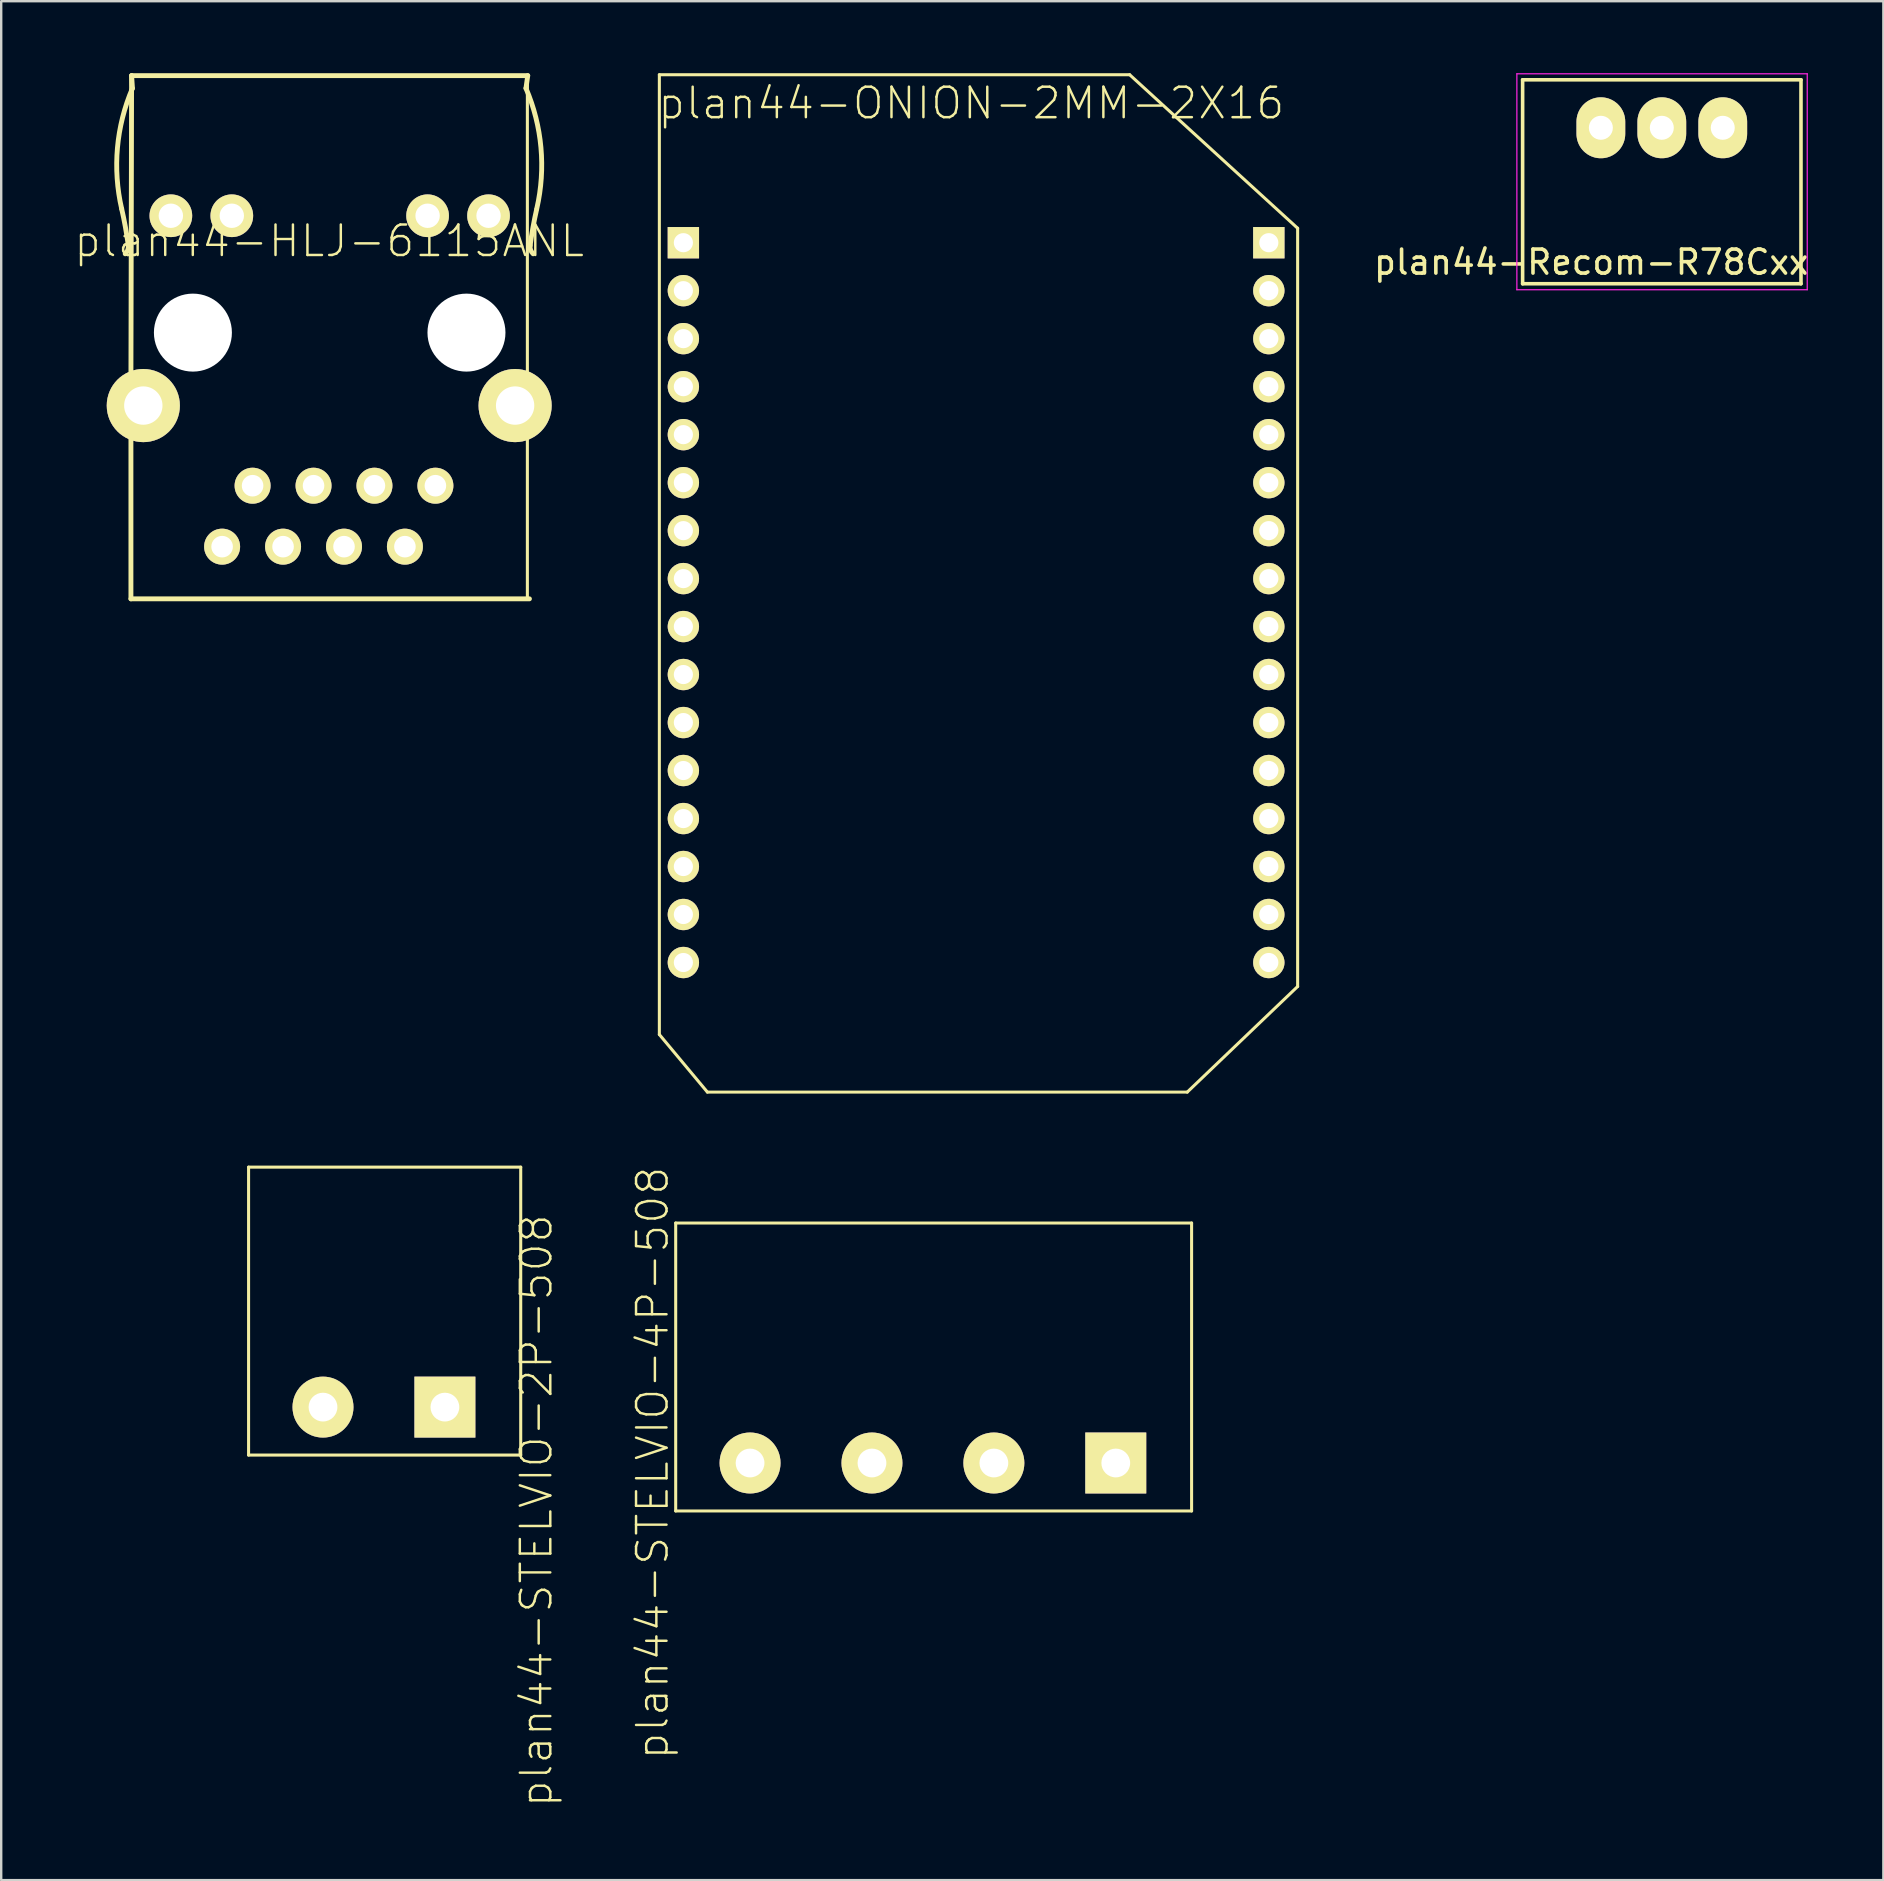
<source format=kicad_pcb>
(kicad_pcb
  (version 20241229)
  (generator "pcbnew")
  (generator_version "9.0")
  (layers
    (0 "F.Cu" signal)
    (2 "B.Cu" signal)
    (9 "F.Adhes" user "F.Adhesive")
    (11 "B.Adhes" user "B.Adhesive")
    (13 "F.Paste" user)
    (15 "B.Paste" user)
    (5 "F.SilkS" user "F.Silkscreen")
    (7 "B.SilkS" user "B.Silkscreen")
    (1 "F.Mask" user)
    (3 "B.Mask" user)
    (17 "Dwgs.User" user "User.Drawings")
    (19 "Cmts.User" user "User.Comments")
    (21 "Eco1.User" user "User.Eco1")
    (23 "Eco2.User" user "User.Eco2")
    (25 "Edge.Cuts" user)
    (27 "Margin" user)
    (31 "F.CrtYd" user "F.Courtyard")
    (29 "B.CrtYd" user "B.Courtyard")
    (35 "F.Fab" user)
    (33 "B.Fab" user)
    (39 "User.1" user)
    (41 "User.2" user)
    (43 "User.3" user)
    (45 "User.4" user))
  (footprint "plan44-Recom-R78Cxx"
    (layer "F.Cu")
    (at 63.662 2.275)
    (property "Reference" "plan44-Recom-R78Cxx" (at -0.4 5.6 0) (layer "F.SilkS") (effects (font (size 1 1) (thickness 0.15))))
    (attr through_hole)
    (fp_line (start -3.26 -2) (end 8.34 -2) (stroke (width 0.15) (type solid)) (layer "F.SilkS"))
    (fp_line (start -3.26 6.5) (end -3.26 -2) (stroke (width 0.15) (type solid)) (layer "F.SilkS"))
    (fp_line (start 8.34 -2) (end 8.34 6.5) (stroke (width 0.15) (type solid)) (layer "F.SilkS"))
    (fp_line (start 8.34 6.5) (end -3.26 6.5) (stroke (width 0.15) (type solid)) (layer "F.SilkS"))
    (fp_line (start -3.5 -2.25) (end -3.5 6.75) (stroke (width 0.05) (type solid)) (layer "F.CrtYd"))
    (fp_line (start -3.5 -2.25) (end 8.6 -2.25) (stroke (width 0.05) (type solid)) (layer "F.CrtYd"))
    (fp_line (start -3.5 6.75) (end 8.6 6.75) (stroke (width 0.05) (type solid)) (layer "F.CrtYd"))
    (fp_line (start 8.6 -2.25) (end 8.6 6.75) (stroke (width 0.05) (type solid)) (layer "F.CrtYd"))
    (pad "1" thru_hole oval (at 5.08 0) (size 2.032 2.54) (drill 1) (layers "*.Cu" "*.Mask" "F.SilkS"))
    (pad "2" thru_hole oval (at 2.54 0) (size 2.032 2.54) (drill 1) (layers "*.Cu" "*.Mask" "F.SilkS"))
    (pad "3" thru_hole oval (at 0 0) (size 2.032 2.54) (drill 1) (layers "*.Cu" "*.Mask" "F.SilkS")))
  (footprint "plan44-HLJ-6115ANL"
    (layer "F.Cu")
    (at 11.939 11.311)
    (property "Reference" "plan44-HLJ-6115ANL" (at -1.27 -4.318 180) (layer "F.SilkS") (effects (font (size 1.27 1.27) (thickness 0.102))))
    (attr exclude_from_pos_files exclude_from_bom)
    (fp_line (start -9.533 1.328) (end -9.505 -11.209) (stroke (width 0.203) (type solid)) (layer "F.SilkS"))
    (fp_line (start -9.533 3.889) (end -9.533 1.288) (stroke (width 0.203) (type solid)) (layer "F.SilkS"))
    (fp_line (start -9.533 10.594) (end -9.533 3.889) (stroke (width 0.203) (type solid)) (layer "F.SilkS"))
    (fp_line (start -9.505 -11.209) (end -9.469 -10.683) (stroke (width 0.203) (type solid)) (layer "F.SilkS"))
    (fp_line (start -9.505 -11.209) (end 7.003 -11.209) (stroke (width 0.203) (type solid)) (layer "F.SilkS"))
    (fp_line (start 6.988 -11.199) (end 6.988 10.61) (stroke (width 0.127) (type solid)) (layer "F.SilkS"))
    (fp_line (start 7.003 -11.209) (end 6.929 -10.683) (stroke (width 0.203) (type solid)) (layer "F.SilkS"))
    (fp_line (start 7.074 10.594) (end -9.533 10.594) (stroke (width 0.203) (type solid)) (layer "F.SilkS"))
    (fp_arc (start -9.9187 -5.65912) (mid -9.764999 -4.911697) (end -9.646677 -4.157864) (stroke (width 0.2032) (type solid)) (layer "F.SilkS"))
    (fp_arc (start -9.9187 -5.65912) (mid -10.094017 -8.202772) (end -9.472563 -10.675563) (stroke (width 0.2032) (type solid)) (layer "F.SilkS"))
    (fp_arc (start -9.64438 -4.13258) (mid -9.665577 -3.943027) (end -9.770797 -3.78394) (stroke (width 0.2032) (type solid)) (layer "F.SilkS"))
    (fp_arc (start 6.92912 -10.68324) (mid 7.553247 -8.211925) (end 7.380929 -5.668848) (stroke (width 0.2032) (type solid)) (layer "F.SilkS"))
    (fp_arc (start 7.10438 -4.13258) (mid 7.221513 -4.88655) (end 7.374033 -5.634165) (stroke (width 0.2032) (type solid)) (layer "F.SilkS"))
    (fp_arc (start 7.22884 -3.7846) (mid 7.124136 -3.944506) (end 7.103771 -4.134554) (stroke (width 0.2032) (type solid)) (layer "F.SilkS"))
    (pad "" np_thru_hole circle (at -6.95 -0.5) (size 3.25 3.25) (drill 3.25) (layers "*.Cu" "*.Mask"))
    (pad "" np_thru_hole circle (at 4.45 -0.5) (size 3.25 3.25) (drill 3.25) (layers "*.Cu" "*.Mask"))
    (pad "1" thru_hole circle (at 3.155 5.88) (size 1.499 1.499) (drill 0.899) (layers "*.Cu" "*.Mask" "F.SilkS" "F.Paste"))
    (pad "2" thru_hole circle (at 1.885 8.42) (size 1.499 1.499) (drill 0.899) (layers "*.Cu" "*.Mask" "F.SilkS" "F.Paste"))
    (pad "3" thru_hole circle (at 0.615 5.88) (size 1.499 1.499) (drill 0.899) (layers "*.Cu" "*.Mask" "F.SilkS" "F.Paste"))
    (pad "4" thru_hole circle (at -0.653 8.42) (size 1.499 1.499) (drill 0.899) (layers "*.Cu" "*.Mask" "F.SilkS" "F.Paste"))
    (pad "5" thru_hole circle (at -1.923 5.88) (size 1.499 1.499) (drill 0.899) (layers "*.Cu" "*.Mask" "F.SilkS" "F.Paste"))
    (pad "6" thru_hole circle (at -3.193 8.42) (size 1.499 1.499) (drill 0.899) (layers "*.Cu" "*.Mask" "F.SilkS" "F.Paste"))
    (pad "7" thru_hole circle (at -4.463 5.88) (size 1.499 1.499) (drill 0.899) (layers "*.Cu" "*.Mask" "F.SilkS" "F.Paste"))
    (pad "8" thru_hole circle (at -5.733 8.42) (size 1.499 1.499) (drill 0.899) (layers "*.Cu" "*.Mask" "F.SilkS" "F.Paste"))
    (pad "9" thru_hole circle (at 5.37 -5.37) (size 1.778 1.778) (drill 1.016) (layers "*.Cu" "*.Mask" "F.SilkS" "F.Paste"))
    (pad "10" thru_hole circle (at 2.83 -5.37) (size 1.778 1.778) (drill 1.016) (layers "*.Cu" "*.Mask" "F.SilkS" "F.Paste"))
    (pad "11" thru_hole circle (at -5.329 -5.37) (size 1.778 1.778) (drill 1.016) (layers "*.Cu" "*.Mask" "F.SilkS" "F.Paste"))
    (pad "12" thru_hole circle (at -7.869 -5.37) (size 1.778 1.778) (drill 1.016) (layers "*.Cu" "*.Mask" "F.SilkS" "F.Paste"))
    (pad "S1" thru_hole circle (at 6.477 2.54) (size 3.048 3.048) (drill 1.598) (layers "*.Cu" "*.Mask" "F.SilkS" "F.Paste"))
    (pad "S2" thru_hole circle (at -9.017 2.54) (size 3.048 3.048) (drill 1.598) (layers "*.Cu" "*.Mask" "F.SilkS" "F.Paste")))
  (footprint "plan44-ONION-2MM-2X16"
    (layer "F.Cu")
    (at 37.427 21.062)
    (property "Reference" "plan44-ONION-2MM-2X16" (at 0 -19.812 0) (layer "F.SilkS") (effects (font (size 1.27 1.27) (thickness 0.102))))
    (attr exclude_from_pos_files exclude_from_bom)
    (fp_line (start -13 -20.998) (end 6.599 -20.998) (stroke (width 0.127) (type solid)) (layer "F.SilkS"))
    (fp_line (start -13 18.999) (end -13 -20.998) (stroke (width 0.127) (type solid)) (layer "F.SilkS"))
    (fp_line (start -10.998 21.399) (end -13 18.999) (stroke (width 0.127) (type solid)) (layer "F.SilkS"))
    (fp_line (start 6.599 -20.998) (end 13.599 -14.6) (stroke (width 0.127) (type solid)) (layer "F.SilkS"))
    (fp_line (start 8.999 21.399) (end -10.998 21.399) (stroke (width 0.127) (type solid)) (layer "F.SilkS"))
    (fp_line (start 13.599 -14.6) (end 13.599 16.998) (stroke (width 0.127) (type solid)) (layer "F.SilkS"))
    (fp_line (start 13.599 16.998) (end 8.999 21.399) (stroke (width 0.127) (type solid)) (layer "F.SilkS"))
    (pad "A1" thru_hole rect (at -11.999 -13.998) (size 1.306 1.306) (drill 0.798) (layers "*.Cu" "*.Mask" "F.SilkS" "F.Paste"))
    (pad "A2" thru_hole circle (at -11.999 -11.999) (size 1.306 1.306) (drill 0.798) (layers "*.Cu" "*.Mask" "F.SilkS" "F.Paste"))
    (pad "A3" thru_hole circle (at -11.999 -10) (size 1.306 1.306) (drill 0.798) (layers "*.Cu" "*.Mask" "F.SilkS" "F.Paste"))
    (pad "A4" thru_hole circle (at -11.999 -7.998) (size 1.306 1.306) (drill 0.798) (layers "*.Cu" "*.Mask" "F.SilkS" "F.Paste"))
    (pad "A5" thru_hole circle (at -11.999 -5.999) (size 1.306 1.306) (drill 0.798) (layers "*.Cu" "*.Mask" "F.SilkS" "F.Paste"))
    (pad "A6" thru_hole circle (at -11.999 -3.998) (size 1.306 1.306) (drill 0.798) (layers "*.Cu" "*.Mask" "F.SilkS" "F.Paste"))
    (pad "A7" thru_hole circle (at -11.999 -1.999) (size 1.306 1.306) (drill 0.798) (layers "*.Cu" "*.Mask" "F.SilkS" "F.Paste"))
    (pad "A8" thru_hole circle (at -11.999 0) (size 1.306 1.306) (drill 0.798) (layers "*.Cu" "*.Mask" "F.SilkS" "F.Paste"))
    (pad "A9" thru_hole circle (at -11.999 1.999) (size 1.306 1.306) (drill 0.798) (layers "*.Cu" "*.Mask" "F.SilkS" "F.Paste"))
    (pad "A10" thru_hole circle (at -11.999 3.998) (size 1.306 1.306) (drill 0.798) (layers "*.Cu" "*.Mask" "F.SilkS" "F.Paste"))
    (pad "A11" thru_hole circle (at -11.999 5.999) (size 1.306 1.306) (drill 0.798) (layers "*.Cu" "*.Mask" "F.SilkS" "F.Paste"))
    (pad "A12" thru_hole circle (at -11.999 7.998) (size 1.306 1.306) (drill 0.798) (layers "*.Cu" "*.Mask" "F.SilkS" "F.Paste"))
    (pad "A13" thru_hole circle (at -11.999 10) (size 1.306 1.306) (drill 0.798) (layers "*.Cu" "*.Mask" "F.SilkS" "F.Paste"))
    (pad "A14" thru_hole circle (at -11.999 11.999) (size 1.306 1.306) (drill 0.798) (layers "*.Cu" "*.Mask" "F.SilkS" "F.Paste"))
    (pad "A15" thru_hole circle (at -11.999 13.998) (size 1.306 1.306) (drill 0.798) (layers "*.Cu" "*.Mask" "F.SilkS" "F.Paste"))
    (pad "A16" thru_hole circle (at -11.999 15.999) (size 1.306 1.306) (drill 0.798) (layers "*.Cu" "*.Mask" "F.SilkS" "F.Paste"))
    (pad "B1" thru_hole rect (at 12.398 -13.998) (size 1.306 1.306) (drill 0.798) (layers "*.Cu" "*.Mask" "F.SilkS" "F.Paste"))
    (pad "B2" thru_hole circle (at 12.398 -11.999) (size 1.306 1.306) (drill 0.798) (layers "*.Cu" "*.Mask" "F.SilkS" "F.Paste"))
    (pad "B3" thru_hole circle (at 12.398 -10) (size 1.306 1.306) (drill 0.798) (layers "*.Cu" "*.Mask" "F.SilkS" "F.Paste"))
    (pad "B4" thru_hole circle (at 12.398 -7.998) (size 1.306 1.306) (drill 0.798) (layers "*.Cu" "*.Mask" "F.SilkS" "F.Paste"))
    (pad "B5" thru_hole circle (at 12.398 -5.999) (size 1.306 1.306) (drill 0.798) (layers "*.Cu" "*.Mask" "F.SilkS" "F.Paste"))
    (pad "B6" thru_hole circle (at 12.398 -3.998) (size 1.306 1.306) (drill 0.798) (layers "*.Cu" "*.Mask" "F.SilkS" "F.Paste"))
    (pad "B7" thru_hole circle (at 12.398 -1.999) (size 1.306 1.306) (drill 0.798) (layers "*.Cu" "*.Mask" "F.SilkS" "F.Paste"))
    (pad "B8" thru_hole circle (at 12.398 0) (size 1.306 1.306) (drill 0.798) (layers "*.Cu" "*.Mask" "F.SilkS" "F.Paste"))
    (pad "B9" thru_hole circle (at 12.398 1.999) (size 1.306 1.306) (drill 0.798) (layers "*.Cu" "*.Mask" "F.SilkS" "F.Paste"))
    (pad "B10" thru_hole circle (at 12.398 3.998) (size 1.306 1.306) (drill 0.798) (layers "*.Cu" "*.Mask" "F.SilkS" "F.Paste"))
    (pad "B11" thru_hole circle (at 12.398 5.999) (size 1.306 1.306) (drill 0.798) (layers "*.Cu" "*.Mask" "F.SilkS" "F.Paste"))
    (pad "B12" thru_hole circle (at 12.398 7.998) (size 1.306 1.306) (drill 0.798) (layers "*.Cu" "*.Mask" "F.SilkS" "F.Paste"))
    (pad "B13" thru_hole circle (at 12.398 10) (size 1.306 1.306) (drill 0.798) (layers "*.Cu" "*.Mask" "F.SilkS" "F.Paste"))
    (pad "B14" thru_hole circle (at 12.398 11.999) (size 1.306 1.306) (drill 0.798) (layers "*.Cu" "*.Mask" "F.SilkS" "F.Paste"))
    (pad "B15" thru_hole circle (at 12.398 13.998) (size 1.306 1.306) (drill 0.798) (layers "*.Cu" "*.Mask" "F.SilkS" "F.Paste"))
    (pad "B16" thru_hole circle (at 12.398 15.999) (size 1.306 1.306) (drill 0.798) (layers "*.Cu" "*.Mask" "F.SilkS" "F.Paste")))
  (footprint "plan44-STELVIO-2P-508"
    (layer "F.Cu")
    (at 0.25 55.588)
    (property "Reference" "plan44-STELVIO-2P-508" (at 19.05 4.318 90) (layer "F.SilkS") (effects (font (size 1.27 1.27) (thickness 0.102))))
    (attr exclude_from_pos_files exclude_from_bom)
    (fp_line (start 7.059 -10) (end 18.4 -10) (stroke (width 0.127) (type solid)) (layer "F.SilkS"))
    (fp_line (start 7.059 1.999) (end 7.059 -10) (stroke (width 0.127) (type solid)) (layer "F.SilkS"))
    (fp_line (start 18.4 -10) (end 18.4 1.999) (stroke (width 0.127) (type solid)) (layer "F.SilkS"))
    (fp_line (start 18.4 1.999) (end 7.059 1.999) (stroke (width 0.127) (type solid)) (layer "F.SilkS"))
    (pad "1" thru_hole rect (at 15.24 0) (size 2.54 2.54) (drill 1.199) (layers "*.Cu" "*.Mask" "F.SilkS" "F.Paste"))
    (pad "2" thru_hole circle (at 10.16 0) (size 2.54 2.54) (drill 1.199) (layers "*.Cu" "*.Mask" "F.SilkS" "F.Paste")))
  (footprint "plan44-STELVIO-4P-508"
    (layer "F.Cu")
    (at 28.207 57.917)
    (property "Reference" "plan44-STELVIO-4P-508" (at -4.064 0 90) (layer "F.SilkS") (effects (font (size 1.27 1.27) (thickness 0.102))))
    (attr exclude_from_pos_files exclude_from_bom)
    (fp_line (start -3.099 -10) (end 18.4 -10) (stroke (width 0.127) (type solid)) (layer "F.SilkS"))
    (fp_line (start -3.099 1.999) (end -3.099 -10) (stroke (width 0.127) (type solid)) (layer "F.SilkS"))
    (fp_line (start 18.4 -10) (end 18.4 1.999) (stroke (width 0.127) (type solid)) (layer "F.SilkS"))
    (fp_line (start 18.4 1.999) (end -3.099 1.999) (stroke (width 0.127) (type solid)) (layer "F.SilkS"))
    (pad "1" thru_hole rect (at 15.24 0) (size 2.54 2.54) (drill 1.199) (layers "*.Cu" "*.Mask" "F.SilkS" "F.Paste"))
    (pad "2" thru_hole circle (at 10.16 0) (size 2.54 2.54) (drill 1.199) (layers "*.Cu" "*.Mask" "F.SilkS" "F.Paste"))
    (pad "3" thru_hole circle (at 5.08 0) (size 2.54 2.54) (drill 1.199) (layers "*.Cu" "*.Mask" "F.SilkS" "F.Paste"))
    (pad "4" thru_hole circle (at 0 0) (size 2.54 2.54) (drill 1.199) (layers "*.Cu" "*.Mask" "F.SilkS" "F.Paste")))
  (gr_rect
    (start -3 -3)
    (end 75.435 75.299)
    (stroke (width 0.1) (type default))
    (fill no)
    (layer "Edge.Cuts")))
</source>
